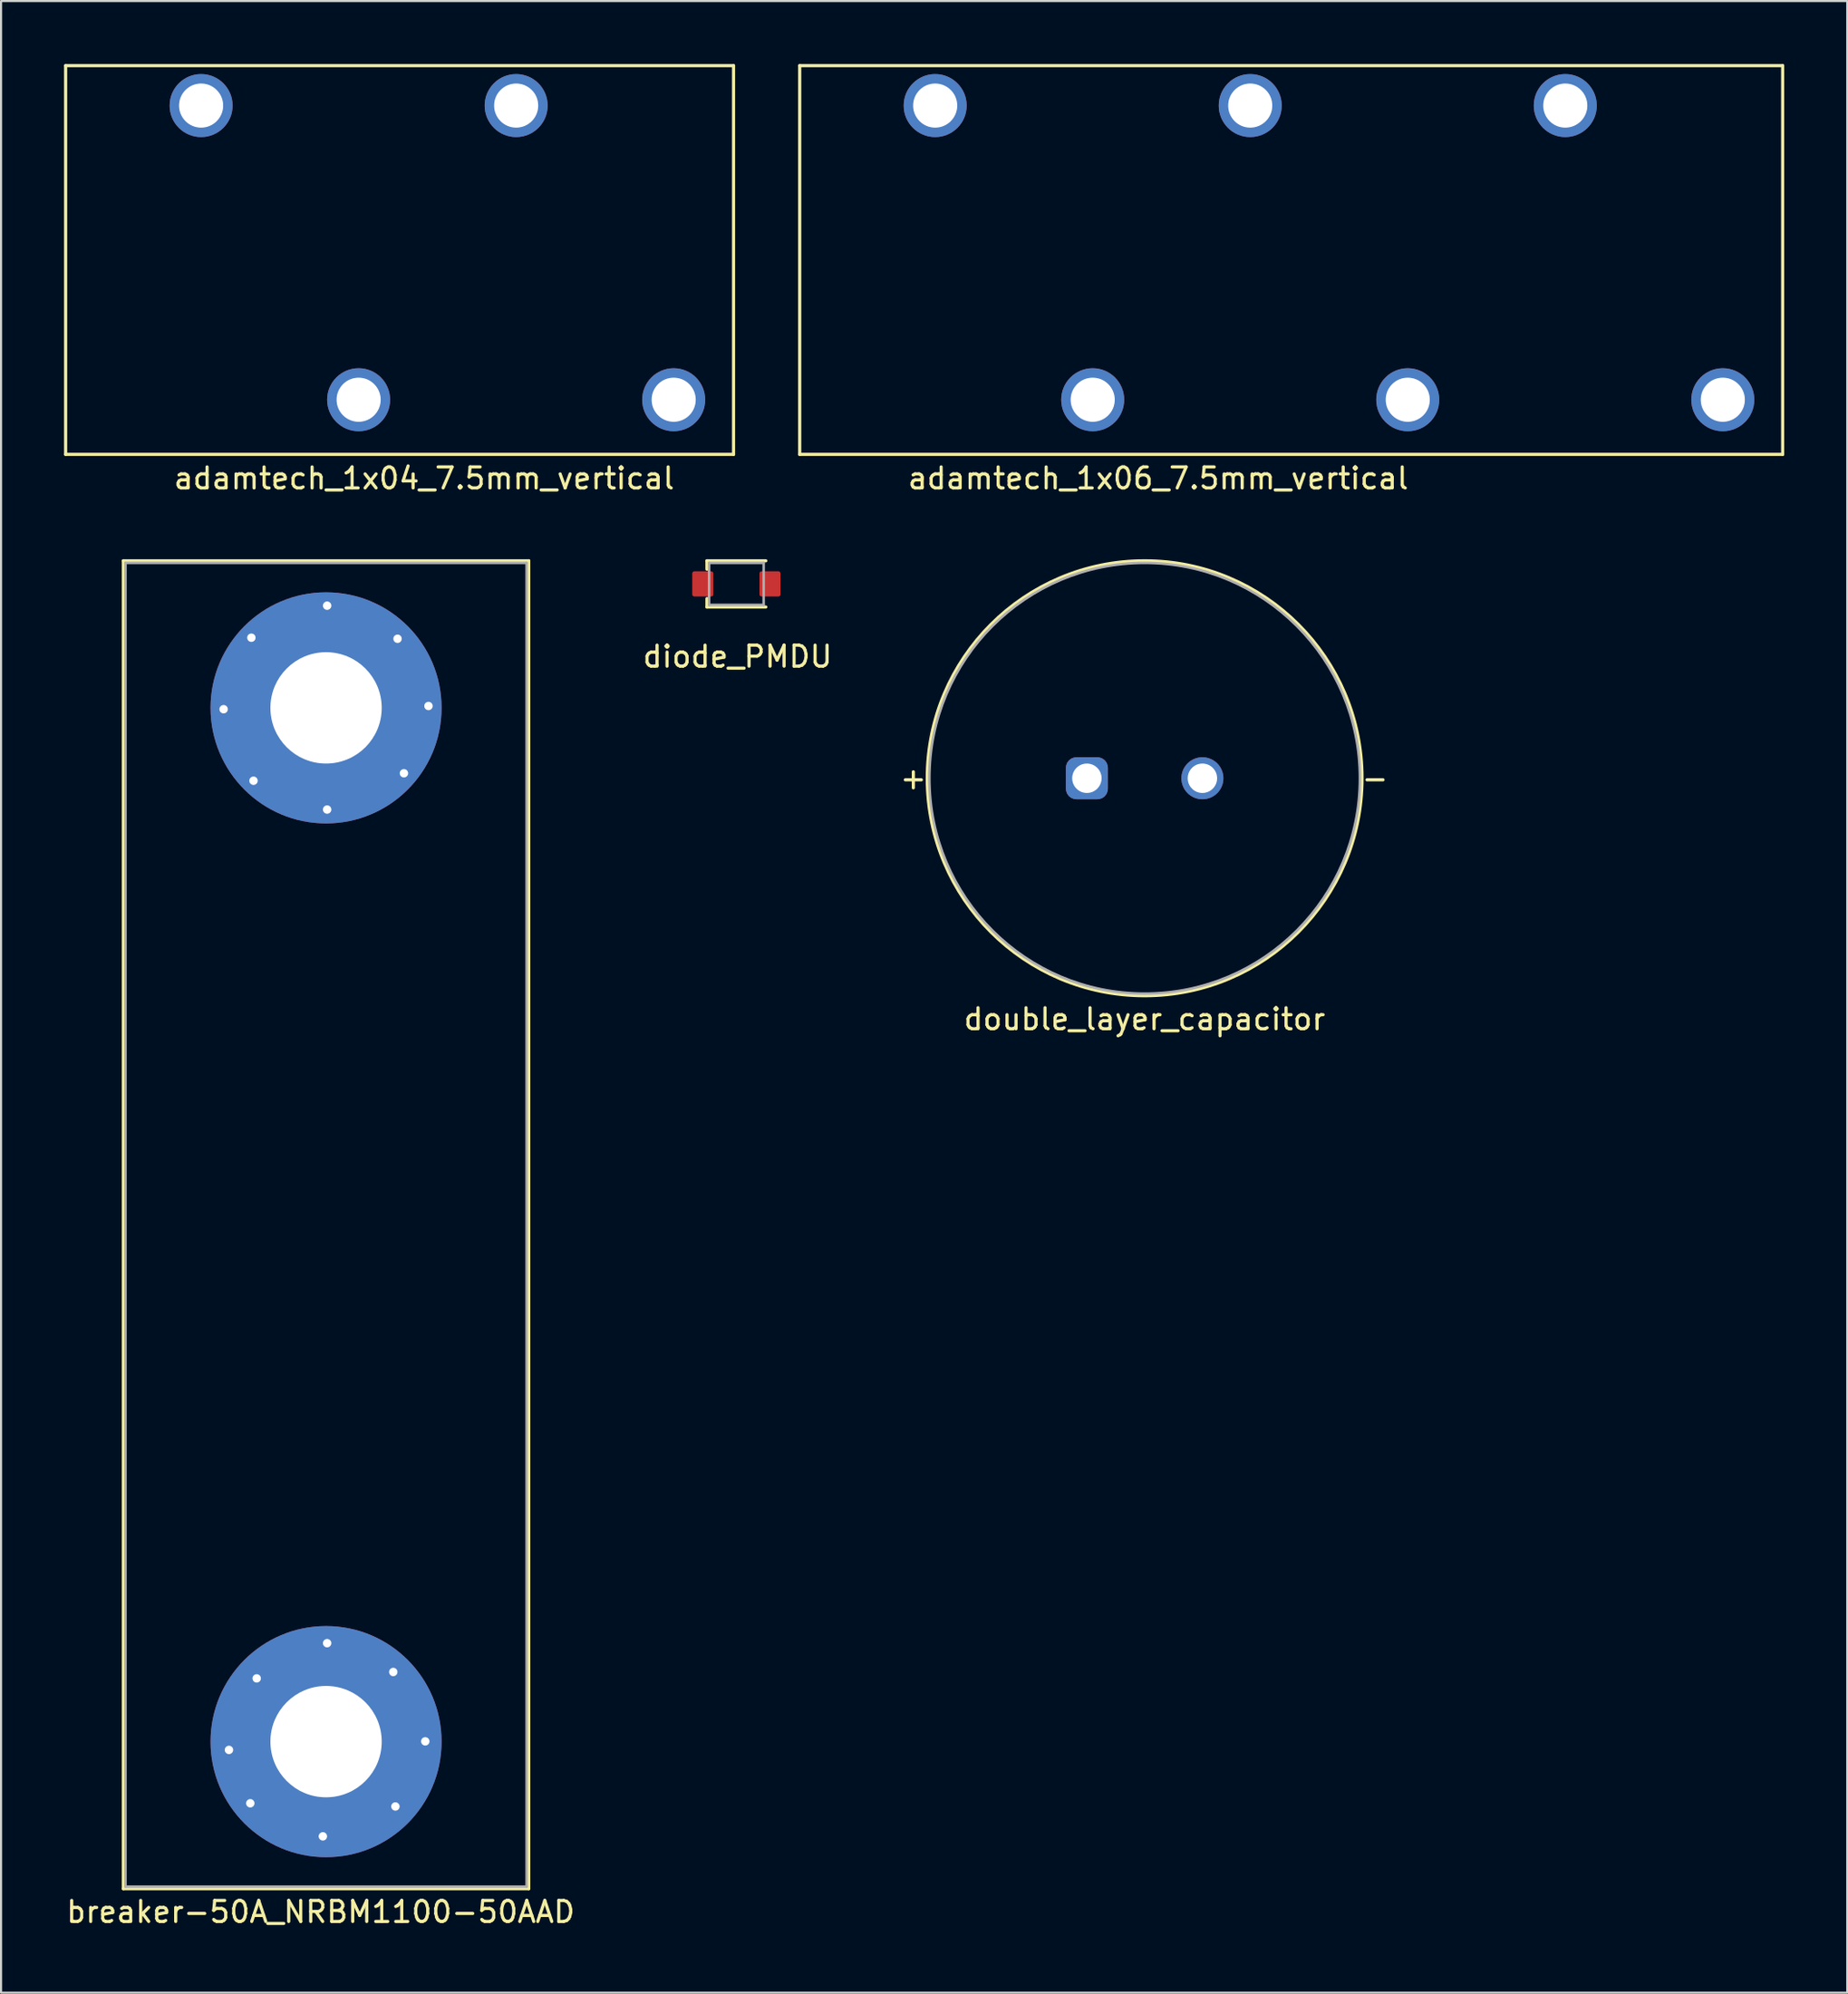
<source format=kicad_pcb>
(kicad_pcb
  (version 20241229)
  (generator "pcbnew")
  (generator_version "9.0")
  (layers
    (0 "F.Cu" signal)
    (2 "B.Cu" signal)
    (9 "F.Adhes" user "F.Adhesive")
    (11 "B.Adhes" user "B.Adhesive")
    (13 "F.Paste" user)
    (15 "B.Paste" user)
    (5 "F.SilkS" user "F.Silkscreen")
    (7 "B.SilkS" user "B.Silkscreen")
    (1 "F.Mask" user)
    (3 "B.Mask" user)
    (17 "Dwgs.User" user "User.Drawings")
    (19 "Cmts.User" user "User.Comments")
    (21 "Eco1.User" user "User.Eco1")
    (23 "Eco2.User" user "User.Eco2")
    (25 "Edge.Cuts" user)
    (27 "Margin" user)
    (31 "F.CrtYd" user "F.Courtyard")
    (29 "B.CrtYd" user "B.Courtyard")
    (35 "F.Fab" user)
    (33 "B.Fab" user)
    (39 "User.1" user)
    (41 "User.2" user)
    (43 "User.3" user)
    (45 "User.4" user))
  (footprint "breaker-50A_NRBM1100-50AAD"
    (layer "F.Cu")
    (at 12.474 55.24)
    (property "Reference" "breaker-50A_NRBM1100-50AAD" (at -0.254 32.703 0) (layer "F.SilkS") (effects (font (size 1 1) (thickness 0.15))))
    (attr through_hole)
    (fp_line (start -9.65 -31.6) (end -9.65 31.6) (stroke (width 0.15) (type solid)) (layer "F.SilkS"))
    (fp_line (start -9.65 31.6) (end 9.65 31.6) (stroke (width 0.15) (type solid)) (layer "F.SilkS"))
    (fp_line (start 9.65 -31.6) (end -9.65 -31.6) (stroke (width 0.15) (type solid)) (layer "F.SilkS"))
    (fp_line (start 9.65 31.6) (end 9.65 -31.6) (stroke (width 0.15) (type solid)) (layer "F.SilkS"))
    (fp_line (start -9.55 -31.5) (end -9.55 31.5) (stroke (width 0.12) (type solid)) (layer "F.Fab"))
    (fp_line (start -9.55 31.5) (end 9.55 31.5) (stroke (width 0.12) (type solid)) (layer "F.Fab"))
    (fp_line (start 9.55 -31.5) (end -9.55 -31.5) (stroke (width 0.12) (type solid)) (layer "F.Fab"))
    (fp_line (start 9.55 31.5) (end 9.55 -31.5) (stroke (width 0.12) (type solid)) (layer "F.Fab"))
    (pad "1" thru_hole circle (at -4.877 -24.536) (size 1 1) (drill 0.4) (layers "*.Cu" "*.Mask"))
    (pad "1" thru_hole circle (at -3.556 -27.94) (size 1 1) (drill 0.4) (layers "*.Cu" "*.Mask"))
    (pad "1" thru_hole circle (at -3.454 -21.133) (size 1 1) (drill 0.4) (layers "*.Cu" "*.Mask"))
    (pad "1" thru_hole circle (at 0 -24.6) (size 11 11) (drill 5.3) (layers "*.Cu" "*.Mask"))
    (pad "1" thru_hole circle (at 0.051 -29.464) (size 1 1) (drill 0.4) (layers "*.Cu" "*.Mask"))
    (pad "1" thru_hole circle (at 0.051 -19.761) (size 1 1) (drill 0.4) (layers "*.Cu" "*.Mask"))
    (pad "1" thru_hole circle (at 3.404 -27.889) (size 1 1) (drill 0.4) (layers "*.Cu" "*.Mask"))
    (pad "1" thru_hole circle (at 3.708 -21.488) (size 1 1) (drill 0.4) (layers "*.Cu" "*.Mask"))
    (pad "1" thru_hole circle (at 4.877 -24.689) (size 1 1) (drill 0.4) (layers "*.Cu" "*.Mask"))
    (pad "2" thru_hole circle (at -4.623 24.994) (size 1 1) (drill 0.4) (layers "*.Cu" "*.Mask"))
    (pad "2" thru_hole circle (at -3.607 27.534) (size 1 1) (drill 0.4) (layers "*.Cu" "*.Mask"))
    (pad "2" thru_hole circle (at -3.302 21.59) (size 1 1) (drill 0.4) (layers "*.Cu" "*.Mask"))
    (pad "2" thru_hole circle (at -0.152 29.108) (size 1 1) (drill 0.4) (layers "*.Cu" "*.Mask"))
    (pad "2" thru_hole circle (at 0 24.6) (size 11 11) (drill 5.3) (layers "*.Cu" "*.Mask"))
    (pad "2" thru_hole circle (at 0.051 19.914) (size 1 1) (drill 0.4) (layers "*.Cu" "*.Mask"))
    (pad "2" thru_hole circle (at 3.2 21.285) (size 1 1) (drill 0.4) (layers "*.Cu" "*.Mask"))
    (pad "2" thru_hole circle (at 3.302 27.686) (size 1 1) (drill 0.4) (layers "*.Cu" "*.Mask"))
    (pad "2" thru_hole circle (at 4.724 24.587) (size 1 1) (drill 0.4) (layers "*.Cu" "*.Mask")))
  (footprint "double_layer_capacitor"
    (layer "F.Cu")
    (at 51.448 33.99)
    (property "Reference" "double_layer_capacitor" (at -0.005 11.466 0) (layer "F.SilkS") (effects (font (size 1 1) (thickness 0.15))))
    (attr through_hole)
    (fp_circle (center 0 0) (end 10.35 0) (stroke (width 0.15) (type solid)) (fill no) (layer "F.SilkS"))
    (fp_circle (center 0 0) (end 10.25 0) (stroke (width 0.12) (type solid)) (fill no) (layer "F.Fab"))
    (fp_text user "+" (at -11.013 0 0) (layer "F.SilkS") (effects (font (size 1 1) (thickness 0.15))))
    (fp_text user "-" (at 10.968 0 0) (layer "F.SilkS") (effects (font (size 1 1) (thickness 0.15))))
    (pad "1" thru_hole roundrect (at -2.75 0) (size 2 2) (drill 1.4) (layers "*.Cu" "*.Mask") (roundrect_rratio 0.25))
    (pad "2" thru_hole circle (at 2.75 0) (size 2 2) (drill 1.4) (layers "*.Cu" "*.Mask")))
  (footprint "adamtech_1x06_7.5mm_vertical"
    (layer "F.Cu")
    (at 41.475 1.975)
    (property "Reference" "adamtech_1x06_7.5mm_vertical" (at 10.617 17.742 0) (layer "F.SilkS") (effects (font (size 1 1) (thickness 0.15))))
    (attr through_hole)
    (fp_line (start -6.45 -1.9) (end -6.45 16.6) (stroke (width 0.15) (type solid)) (layer "F.SilkS"))
    (fp_line (start -6.45 16.6) (end 40.35 16.6) (stroke (width 0.15) (type solid)) (layer "F.SilkS"))
    (fp_line (start 40.35 -1.9) (end -6.45 -1.9) (stroke (width 0.15) (type solid)) (layer "F.SilkS"))
    (fp_line (start 40.35 16.6) (end 40.35 -1.9) (stroke (width 0.15) (type solid)) (layer "F.SilkS"))
    (fp_line (start -6 3.7) (end -6 6) (stroke (width 0.12) (type solid)) (layer "Eco1.User"))
    (fp_line (start -6 6) (end 38.1 6) (stroke (width 0.12) (type solid)) (layer "Eco1.User"))
    (fp_line (start 38.1 3.7) (end -6 3.7) (stroke (width 0.12) (type solid)) (layer "Eco1.User"))
    (fp_line (start 38.1 6) (end 38.1 3.7) (stroke (width 0.12) (type solid)) (layer "Eco1.User"))
    (fp_circle (center -2.7 11) (end 0.6 11) (stroke (width 0.12) (type solid)) (fill no) (layer "Eco1.User"))
    (fp_circle (center 4.8 11) (end 8.1 11) (stroke (width 0.12) (type solid)) (fill no) (layer "Eco1.User"))
    (fp_circle (center 12.3 11) (end 15.6 11) (stroke (width 0.12) (type solid)) (fill no) (layer "Eco1.User"))
    (fp_circle (center 19.8 11) (end 23.1 11) (stroke (width 0.12) (type solid)) (fill no) (layer "Eco1.User"))
    (fp_circle (center 27.144 11.559) (end 30.444 11.559) (stroke (width 0.12) (type solid)) (fill no) (layer "Eco1.User"))
    (fp_circle (center 34.644 11.559) (end 37.944 11.559) (stroke (width 0.12) (type solid)) (fill no) (layer "Eco1.User"))
    (pad "1" thru_hole circle (at 0 0) (size 3 3) (drill 2.1) (layers "*.Cu" "*.Mask"))
    (pad "2" thru_hole circle (at 7.5 14) (size 3 3) (drill 2.1) (layers "*.Cu" "*.Mask"))
    (pad "3" thru_hole circle (at 15 0) (size 3 3) (drill 2.1) (layers "*.Cu" "*.Mask"))
    (pad "4" thru_hole circle (at 22.5 14) (size 3 3) (drill 2.1) (layers "*.Cu" "*.Mask"))
    (pad "5" thru_hole circle (at 30 0) (size 3 3) (drill 2.1) (layers "*.Cu" "*.Mask"))
    (pad "6" thru_hole circle (at 37.5 14) (size 3 3) (drill 2.1) (layers "*.Cu" "*.Mask")))
  (footprint "diode_PMDU"
    (layer "F.Cu")
    (at 32.01 24.74)
    (property "Reference" "diode_PMDU" (at 0.056 3.459 0) (layer "F.SilkS") (effects (font (size 1 1) (thickness 0.15))))
    (attr through_hole)
    (fp_line (start -1.4 -1.1) (end -1.4 -0.7) (stroke (width 0.15) (type solid)) (layer "F.SilkS"))
    (fp_line (start -1.4 0.7) (end -1.4 1.1) (stroke (width 0.15) (type solid)) (layer "F.SilkS"))
    (fp_line (start -1.4 1.1) (end 1.4 1.1) (stroke (width 0.15) (type solid)) (layer "F.SilkS"))
    (fp_line (start 1.4 -1.1) (end -1.4 -1.1) (stroke (width 0.15) (type solid)) (layer "F.SilkS"))
    (fp_line (start -1.3 -1) (end -1.3 1) (stroke (width 0.12) (type solid)) (layer "F.Fab"))
    (fp_line (start -1.3 1) (end 1.3 1) (stroke (width 0.12) (type solid)) (layer "F.Fab"))
    (fp_line (start 1.3 -1) (end -1.3 -1) (stroke (width 0.12) (type solid)) (layer "F.Fab"))
    (fp_line (start 1.3 1) (end 1.3 -1) (stroke (width 0.12) (type solid)) (layer "F.Fab"))
    (pad "1" smd roundrect (at -1.6 0) (size 1 1.2) (layers "F.Cu" "F.Mask" "F.Paste") (roundrect_rratio 0.1))
    (pad "2" smd roundrect (at 1.6 0) (size 1 1.2) (layers "F.Cu" "F.Mask" "F.Paste") (roundrect_rratio 0.1)))
  (footprint "adamtech_1x04_7.5mm_vertical"
    (layer "F.Cu")
    (at 6.525 1.975)
    (property "Reference" "adamtech_1x04_7.5mm_vertical" (at 10.617 17.742 0) (layer "F.SilkS") (effects (font (size 1 1) (thickness 0.15))))
    (attr through_hole)
    (fp_line (start -6.45 -1.9) (end -6.45 16.6) (stroke (width 0.15) (type solid)) (layer "F.SilkS"))
    (fp_line (start -6.45 16.6) (end 25.35 16.6) (stroke (width 0.15) (type solid)) (layer "F.SilkS"))
    (fp_line (start 25.35 -1.9) (end -6.45 -1.9) (stroke (width 0.15) (type solid)) (layer "F.SilkS"))
    (fp_line (start 25.35 16.6) (end 25.35 -1.9) (stroke (width 0.15) (type solid)) (layer "F.SilkS"))
    (fp_line (start -6 3.7) (end -6 6) (stroke (width 0.12) (type solid)) (layer "Eco1.User"))
    (fp_line (start -6 6) (end 23.1 6) (stroke (width 0.12) (type solid)) (layer "Eco1.User"))
    (fp_line (start 23.1 3.7) (end -6 3.7) (stroke (width 0.12) (type solid)) (layer "Eco1.User"))
    (fp_line (start 23.1 6) (end 23.1 3.7) (stroke (width 0.12) (type solid)) (layer "Eco1.User"))
    (fp_circle (center -2.7 11) (end 0.6 11) (stroke (width 0.12) (type solid)) (fill no) (layer "Eco1.User"))
    (fp_circle (center 4.8 11) (end 8.1 11) (stroke (width 0.12) (type solid)) (fill no) (layer "Eco1.User"))
    (fp_circle (center 12.3 11) (end 15.6 11) (stroke (width 0.12) (type solid)) (fill no) (layer "Eco1.User"))
    (fp_circle (center 19.8 11) (end 23.1 11) (stroke (width 0.12) (type solid)) (fill no) (layer "Eco1.User"))
    (pad "1" thru_hole circle (at 0 0) (size 3 3) (drill 2.1) (layers "*.Cu" "*.Mask"))
    (pad "2" thru_hole circle (at 7.5 14) (size 3 3) (drill 2.1) (layers "*.Cu" "*.Mask"))
    (pad "3" thru_hole circle (at 15 0) (size 3 3) (drill 2.1) (layers "*.Cu" "*.Mask"))
    (pad "4" thru_hole circle (at 22.5 14) (size 3 3) (drill 2.1) (layers "*.Cu" "*.Mask")))
  (gr_rect
    (start -3 -3)
    (end 84.9 91.791)
    (stroke (width 0.1) (type default))
    (fill no)
    (layer "Edge.Cuts")))
</source>
